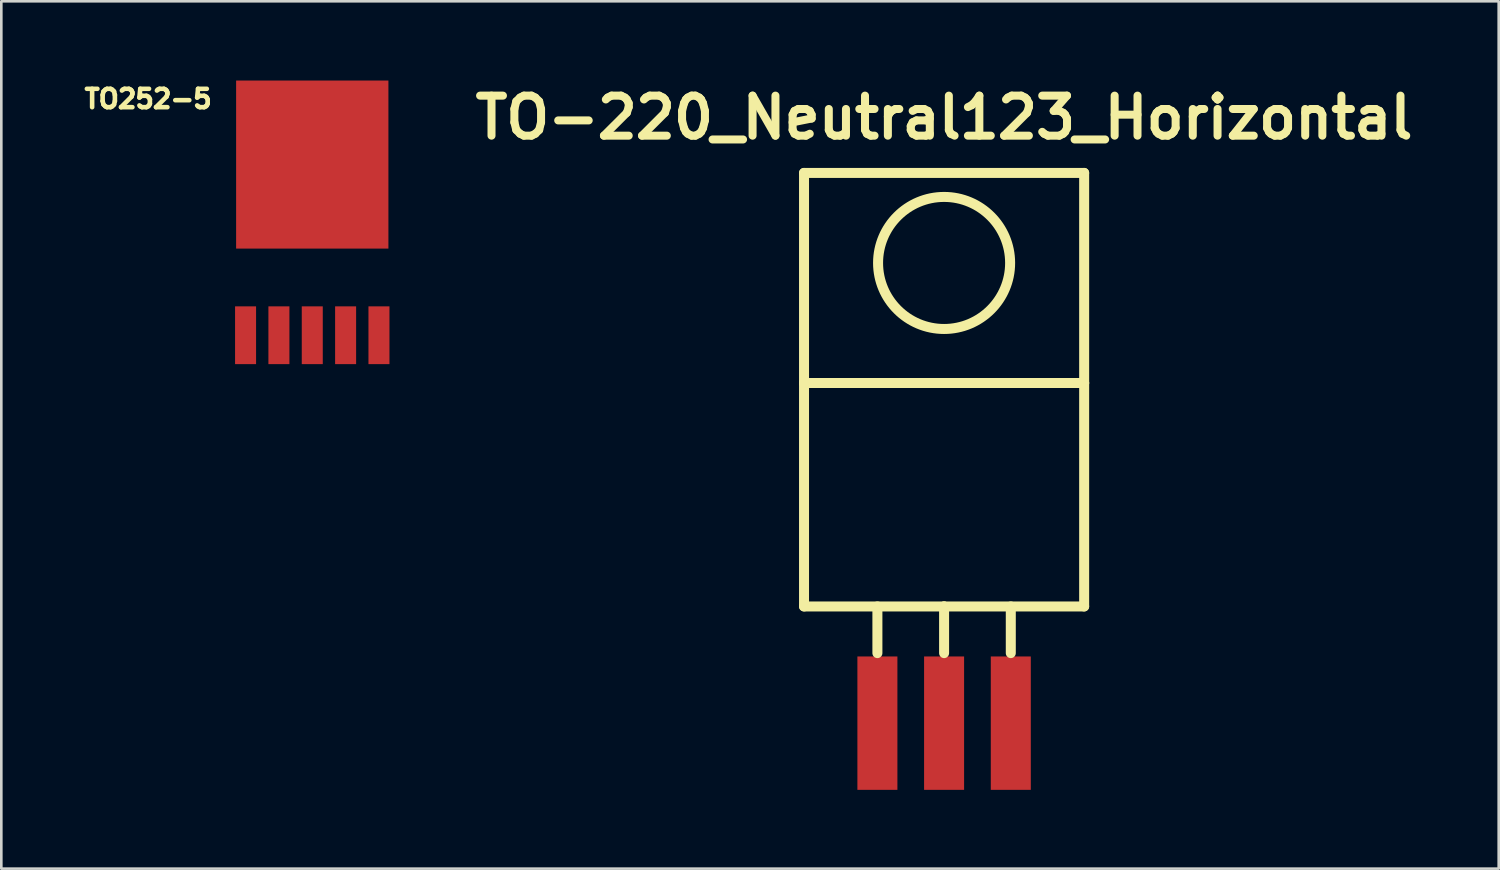
<source format=kicad_pcb>
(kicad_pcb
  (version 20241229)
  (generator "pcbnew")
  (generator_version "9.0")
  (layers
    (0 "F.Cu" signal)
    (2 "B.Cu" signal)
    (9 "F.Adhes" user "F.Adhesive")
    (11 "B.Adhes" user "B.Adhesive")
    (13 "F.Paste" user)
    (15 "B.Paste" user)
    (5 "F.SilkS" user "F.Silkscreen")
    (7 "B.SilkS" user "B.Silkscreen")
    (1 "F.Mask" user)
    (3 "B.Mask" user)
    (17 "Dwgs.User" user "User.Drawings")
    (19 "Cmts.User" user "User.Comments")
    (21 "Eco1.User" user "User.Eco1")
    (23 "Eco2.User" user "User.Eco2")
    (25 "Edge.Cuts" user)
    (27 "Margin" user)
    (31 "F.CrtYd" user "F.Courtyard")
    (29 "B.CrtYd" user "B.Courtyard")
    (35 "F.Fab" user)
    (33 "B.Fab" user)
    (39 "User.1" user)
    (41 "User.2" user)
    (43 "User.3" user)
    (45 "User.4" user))
  (footprint "TO-220_Neutral123_Horizontal"
    (layer "F.Cu")
    (at 32.904 23.728)
    (property "Reference" "TO-220_Neutral123_Horizontal" (at 0 -22.301 0) (layer "F.SilkS") (effects (font (size 1.524 1.524) (thickness 0.305))))
    (attr through_hole)
    (fp_line (start -5.334 -20.193) (end -5.334 -12.192) (stroke (width 0.381) (type solid)) (layer "F.SilkS"))
    (fp_line (start -5.334 -12.192) (end -5.334 -3.683) (stroke (width 0.381) (type solid)) (layer "F.SilkS"))
    (fp_line (start -2.54 -3.683) (end -2.54 -1.905) (stroke (width 0.381) (type solid)) (layer "F.SilkS"))
    (fp_line (start 0 -3.683) (end -5.334 -3.683) (stroke (width 0.381) (type solid)) (layer "F.SilkS"))
    (fp_line (start 0 -3.683) (end 0 -1.905) (stroke (width 0.381) (type solid)) (layer "F.SilkS"))
    (fp_line (start 0 -3.683) (end 5.334 -3.683) (stroke (width 0.381) (type solid)) (layer "F.SilkS"))
    (fp_line (start 2.54 -3.683) (end 2.54 -1.905) (stroke (width 0.381) (type solid)) (layer "F.SilkS"))
    (fp_line (start 5.334 -20.193) (end -5.334 -20.193) (stroke (width 0.381) (type solid)) (layer "F.SilkS"))
    (fp_line (start 5.334 -12.192) (end -5.334 -12.192) (stroke (width 0.381) (type solid)) (layer "F.SilkS"))
    (fp_line (start 5.334 -12.192) (end 5.334 -20.193) (stroke (width 0.381) (type solid)) (layer "F.SilkS"))
    (fp_line (start 5.334 -3.683) (end 5.334 -12.192) (stroke (width 0.381) (type solid)) (layer "F.SilkS"))
    (fp_circle (center 0 -16.764) (end 1.778 -14.986) (stroke (width 0.381) (type solid)) (fill no) (layer "F.SilkS"))
    (pad "1" smd rect (at -2.54 0.762) (size 1.524 5.08) (layers "F.Cu" "F.Mask" "F.Paste"))
    (pad "2" smd rect (at 0 0.762) (size 1.524 5.08) (layers "F.Cu" "F.Mask" "F.Paste"))
    (pad "3" smd rect (at 2.54 0.762) (size 1.524 5.08) (layers "F.Cu" "F.Mask" "F.Paste")))
  (footprint "TO252-5"
    (layer "F.Cu")
    (at 8.842 9.717)
    (property "Reference" "TO252-5" (at -6.25 -9 0) (layer "F.SilkS") (effects (font (size 0.7 0.7) (thickness 0.175))))
    (attr through_hole)
    (pad "1" smd rect (at -2.54 0) (size 0.8 2.2) (layers "F.Cu" "F.Mask" "F.Paste"))
    (pad "2" smd rect (at -1.27 0) (size 0.8 2.2) (layers "F.Cu" "F.Mask" "F.Paste"))
    (pad "3" smd rect (at 0 -6.5) (size 5.8 6.4) (layers "F.Cu" "F.Mask" "F.Paste"))
    (pad "3" smd rect (at 0 0) (size 0.8 2.2) (layers "F.Cu" "F.Mask" "F.Paste"))
    (pad "4" smd rect (at 1.27 0) (size 0.8 2.2) (layers "F.Cu" "F.Mask" "F.Paste"))
    (pad "5" smd rect (at 2.54 0) (size 0.8 2.2) (layers "F.Cu" "F.Mask" "F.Paste")))
  (gr_rect
    (start -3 -3)
    (end 54.025 30.03)
    (stroke (width 0.1) (type default))
    (fill no)
    (layer "Edge.Cuts")))
</source>
